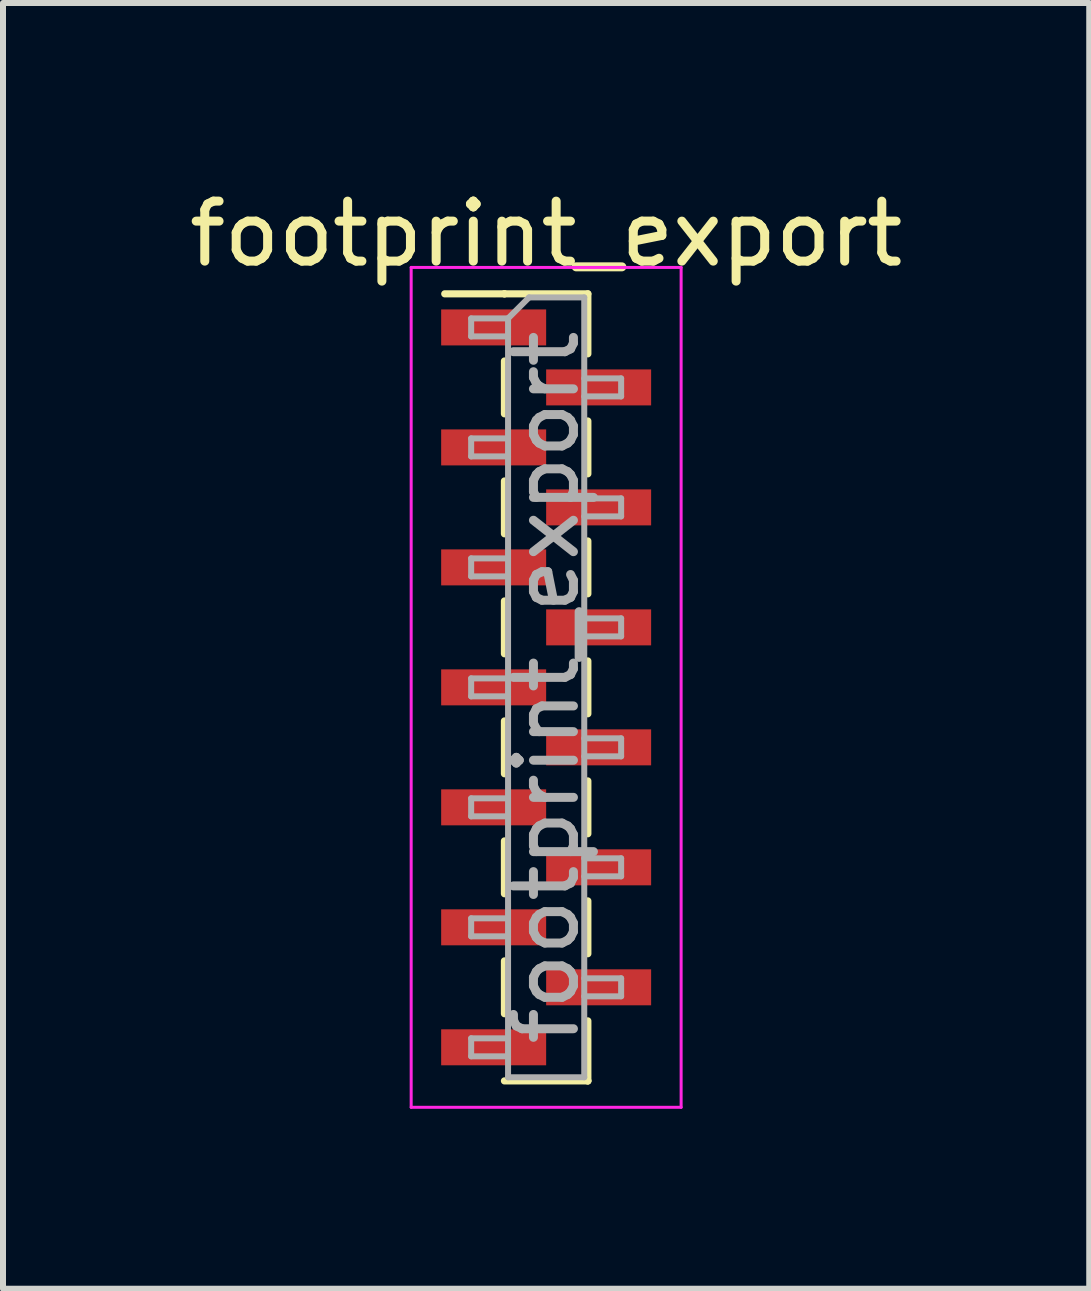
<source format=kicad_pcb>
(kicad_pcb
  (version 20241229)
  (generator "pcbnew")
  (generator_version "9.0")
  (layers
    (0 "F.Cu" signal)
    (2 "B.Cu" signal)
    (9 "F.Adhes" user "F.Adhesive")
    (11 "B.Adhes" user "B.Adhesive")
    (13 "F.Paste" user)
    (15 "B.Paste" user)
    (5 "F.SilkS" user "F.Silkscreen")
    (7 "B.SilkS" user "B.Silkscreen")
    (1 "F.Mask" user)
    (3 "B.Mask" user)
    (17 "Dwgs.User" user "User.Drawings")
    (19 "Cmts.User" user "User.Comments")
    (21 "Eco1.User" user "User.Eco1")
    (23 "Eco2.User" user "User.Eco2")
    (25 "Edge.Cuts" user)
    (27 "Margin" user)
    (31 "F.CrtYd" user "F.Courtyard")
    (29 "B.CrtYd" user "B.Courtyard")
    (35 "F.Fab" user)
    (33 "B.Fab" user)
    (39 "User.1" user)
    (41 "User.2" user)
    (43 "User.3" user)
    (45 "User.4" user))
  (footprint "footprint_export"
    (layer "F.Cu")
    (at 6.054 8.408)
    (property "Reference" "footprint_export" (at 0 -7.56 0) (layer "F.SilkS") (effects (font (size 1 1) (thickness 0.15))))
    (attr smd)
    (fp_line (start -0.695 -6.56) (end -1.69 -6.56) (stroke (width 0.12) (type solid)) (layer "F.SilkS"))
    (fp_line (start -0.695 -6.56) (end -0.695 -6.56) (stroke (width 0.12) (type solid)) (layer "F.SilkS"))
    (fp_line (start -0.695 -6.56) (end 0.695 -6.56) (stroke (width 0.12) (type solid)) (layer "F.SilkS"))
    (fp_line (start -0.695 -5.44) (end -0.695 -4.56) (stroke (width 0.12) (type solid)) (layer "F.SilkS"))
    (fp_line (start -0.695 -3.44) (end -0.695 -2.56) (stroke (width 0.12) (type solid)) (layer "F.SilkS"))
    (fp_line (start -0.695 -1.44) (end -0.695 -0.56) (stroke (width 0.12) (type solid)) (layer "F.SilkS"))
    (fp_line (start -0.695 0.56) (end -0.695 1.44) (stroke (width 0.12) (type solid)) (layer "F.SilkS"))
    (fp_line (start -0.695 2.56) (end -0.695 3.44) (stroke (width 0.12) (type solid)) (layer "F.SilkS"))
    (fp_line (start -0.695 4.56) (end -0.695 5.44) (stroke (width 0.12) (type solid)) (layer "F.SilkS"))
    (fp_line (start -0.695 6.56) (end 0.695 6.56) (stroke (width 0.12) (type solid)) (layer "F.SilkS"))
    (fp_line (start 0.695 -6.56) (end 0.695 -5.56) (stroke (width 0.12) (type solid)) (layer "F.SilkS"))
    (fp_line (start 0.695 -4.44) (end 0.695 -3.56) (stroke (width 0.12) (type solid)) (layer "F.SilkS"))
    (fp_line (start 0.695 -2.44) (end 0.695 -1.56) (stroke (width 0.12) (type solid)) (layer "F.SilkS"))
    (fp_line (start 0.695 -0.44) (end 0.695 0.44) (stroke (width 0.12) (type solid)) (layer "F.SilkS"))
    (fp_line (start 0.695 1.56) (end 0.695 2.44) (stroke (width 0.12) (type solid)) (layer "F.SilkS"))
    (fp_line (start 0.695 3.56) (end 0.695 4.44) (stroke (width 0.12) (type solid)) (layer "F.SilkS"))
    (fp_line (start 0.695 5.56) (end 0.695 6.56) (stroke (width 0.12) (type solid)) (layer "F.SilkS"))
    (fp_line (start 0.695 6.56) (end 0.695 6.56) (stroke (width 0.12) (type solid)) (layer "F.SilkS"))
    (fp_line (start -2.25 -7) (end -2.25 7) (stroke (width 0.05) (type solid)) (layer "F.CrtYd"))
    (fp_line (start -2.25 7) (end 2.25 7) (stroke (width 0.05) (type solid)) (layer "F.CrtYd"))
    (fp_line (start 2.25 -7) (end -2.25 -7) (stroke (width 0.05) (type solid)) (layer "F.CrtYd"))
    (fp_line (start 2.25 7) (end 2.25 -7) (stroke (width 0.05) (type solid)) (layer "F.CrtYd"))
    (fp_line (start -1.25 -6.15) (end -1.25 -5.85) (stroke (width 0.1) (type solid)) (layer "F.Fab"))
    (fp_line (start -1.25 -5.85) (end -0.635 -5.85) (stroke (width 0.1) (type solid)) (layer "F.Fab"))
    (fp_line (start -1.25 -4.15) (end -1.25 -3.85) (stroke (width 0.1) (type solid)) (layer "F.Fab"))
    (fp_line (start -1.25 -3.85) (end -0.635 -3.85) (stroke (width 0.1) (type solid)) (layer "F.Fab"))
    (fp_line (start -1.25 -2.15) (end -1.25 -1.85) (stroke (width 0.1) (type solid)) (layer "F.Fab"))
    (fp_line (start -1.25 -1.85) (end -0.635 -1.85) (stroke (width 0.1) (type solid)) (layer "F.Fab"))
    (fp_line (start -1.25 -0.15) (end -1.25 0.15) (stroke (width 0.1) (type solid)) (layer "F.Fab"))
    (fp_line (start -1.25 0.15) (end -0.635 0.15) (stroke (width 0.1) (type solid)) (layer "F.Fab"))
    (fp_line (start -1.25 1.85) (end -1.25 2.15) (stroke (width 0.1) (type solid)) (layer "F.Fab"))
    (fp_line (start -1.25 2.15) (end -0.635 2.15) (stroke (width 0.1) (type solid)) (layer "F.Fab"))
    (fp_line (start -1.25 3.85) (end -1.25 4.15) (stroke (width 0.1) (type solid)) (layer "F.Fab"))
    (fp_line (start -1.25 4.15) (end -0.635 4.15) (stroke (width 0.1) (type solid)) (layer "F.Fab"))
    (fp_line (start -1.25 5.85) (end -1.25 6.15) (stroke (width 0.1) (type solid)) (layer "F.Fab"))
    (fp_line (start -1.25 6.15) (end -0.635 6.15) (stroke (width 0.1) (type solid)) (layer "F.Fab"))
    (fp_line (start -0.635 -6.15) (end -1.25 -6.15) (stroke (width 0.1) (type solid)) (layer "F.Fab"))
    (fp_line (start -0.635 -6.15) (end -0.285 -6.5) (stroke (width 0.1) (type solid)) (layer "F.Fab"))
    (fp_line (start -0.635 -4.15) (end -1.25 -4.15) (stroke (width 0.1) (type solid)) (layer "F.Fab"))
    (fp_line (start -0.635 -2.15) (end -1.25 -2.15) (stroke (width 0.1) (type solid)) (layer "F.Fab"))
    (fp_line (start -0.635 -0.15) (end -1.25 -0.15) (stroke (width 0.1) (type solid)) (layer "F.Fab"))
    (fp_line (start -0.635 1.85) (end -1.25 1.85) (stroke (width 0.1) (type solid)) (layer "F.Fab"))
    (fp_line (start -0.635 3.85) (end -1.25 3.85) (stroke (width 0.1) (type solid)) (layer "F.Fab"))
    (fp_line (start -0.635 5.85) (end -1.25 5.85) (stroke (width 0.1) (type solid)) (layer "F.Fab"))
    (fp_line (start -0.635 6.5) (end -0.635 -6.15) (stroke (width 0.1) (type solid)) (layer "F.Fab"))
    (fp_line (start -0.285 -6.5) (end 0.635 -6.5) (stroke (width 0.1) (type solid)) (layer "F.Fab"))
    (fp_line (start 0.635 -6.5) (end 0.635 6.5) (stroke (width 0.1) (type solid)) (layer "F.Fab"))
    (fp_line (start 0.635 -5.15) (end 1.25 -5.15) (stroke (width 0.1) (type solid)) (layer "F.Fab"))
    (fp_line (start 0.635 -3.15) (end 1.25 -3.15) (stroke (width 0.1) (type solid)) (layer "F.Fab"))
    (fp_line (start 0.635 -1.15) (end 1.25 -1.15) (stroke (width 0.1) (type solid)) (layer "F.Fab"))
    (fp_line (start 0.635 0.85) (end 1.25 0.85) (stroke (width 0.1) (type solid)) (layer "F.Fab"))
    (fp_line (start 0.635 2.85) (end 1.25 2.85) (stroke (width 0.1) (type solid)) (layer "F.Fab"))
    (fp_line (start 0.635 4.85) (end 1.25 4.85) (stroke (width 0.1) (type solid)) (layer "F.Fab"))
    (fp_line (start 0.635 6.5) (end -0.635 6.5) (stroke (width 0.1) (type solid)) (layer "F.Fab"))
    (fp_line (start 1.25 -5.15) (end 1.25 -4.85) (stroke (width 0.1) (type solid)) (layer "F.Fab"))
    (fp_line (start 1.25 -4.85) (end 0.635 -4.85) (stroke (width 0.1) (type solid)) (layer "F.Fab"))
    (fp_line (start 1.25 -3.15) (end 1.25 -2.85) (stroke (width 0.1) (type solid)) (layer "F.Fab"))
    (fp_line (start 1.25 -2.85) (end 0.635 -2.85) (stroke (width 0.1) (type solid)) (layer "F.Fab"))
    (fp_line (start 1.25 -1.15) (end 1.25 -0.85) (stroke (width 0.1) (type solid)) (layer "F.Fab"))
    (fp_line (start 1.25 -0.85) (end 0.635 -0.85) (stroke (width 0.1) (type solid)) (layer "F.Fab"))
    (fp_line (start 1.25 0.85) (end 1.25 1.15) (stroke (width 0.1) (type solid)) (layer "F.Fab"))
    (fp_line (start 1.25 1.15) (end 0.635 1.15) (stroke (width 0.1) (type solid)) (layer "F.Fab"))
    (fp_line (start 1.25 2.85) (end 1.25 3.15) (stroke (width 0.1) (type solid)) (layer "F.Fab"))
    (fp_line (start 1.25 3.15) (end 0.635 3.15) (stroke (width 0.1) (type solid)) (layer "F.Fab"))
    (fp_line (start 1.25 4.85) (end 1.25 5.15) (stroke (width 0.1) (type solid)) (layer "F.Fab"))
    (fp_line (start 1.25 5.15) (end 0.635 5.15) (stroke (width 0.1) (type solid)) (layer "F.Fab"))
    (fp_text user "${REFERENCE}" (at 0 0 90) (layer "F.Fab") (effects (font (size 1 1) (thickness 0.15))))
    (pad "1" smd rect (at -0.875 -6) (size 1.75 0.6) (layers "F.Cu" "F.Mask" "F.Paste"))
    (pad "2" smd rect (at 0.875 -5) (size 1.75 0.6) (layers "F.Cu" "F.Mask" "F.Paste"))
    (pad "3" smd rect (at -0.875 -4) (size 1.75 0.6) (layers "F.Cu" "F.Mask" "F.Paste"))
    (pad "4" smd rect (at 0.875 -3) (size 1.75 0.6) (layers "F.Cu" "F.Mask" "F.Paste"))
    (pad "5" smd rect (at -0.875 -2) (size 1.75 0.6) (layers "F.Cu" "F.Mask" "F.Paste"))
    (pad "6" smd rect (at 0.875 -1) (size 1.75 0.6) (layers "F.Cu" "F.Mask" "F.Paste"))
    (pad "7" smd rect (at -0.875 0) (size 1.75 0.6) (layers "F.Cu" "F.Mask" "F.Paste"))
    (pad "8" smd rect (at 0.875 1) (size 1.75 0.6) (layers "F.Cu" "F.Mask" "F.Paste"))
    (pad "9" smd rect (at -0.875 2) (size 1.75 0.6) (layers "F.Cu" "F.Mask" "F.Paste"))
    (pad "10" smd rect (at 0.875 3) (size 1.75 0.6) (layers "F.Cu" "F.Mask" "F.Paste"))
    (pad "11" smd rect (at -0.875 4) (size 1.75 0.6) (layers "F.Cu" "F.Mask" "F.Paste"))
    (pad "12" smd rect (at 0.875 5) (size 1.75 0.6) (layers "F.Cu" "F.Mask" "F.Paste"))
    (pad "13" smd rect (at -0.875 6) (size 1.75 0.6) (layers "F.Cu" "F.Mask" "F.Paste")))
  (gr_rect
    (start -3 -3)
    (end 15.107 18.433)
    (stroke (width 0.1) (type default))
    (fill no)
    (layer "Edge.Cuts")))
</source>
